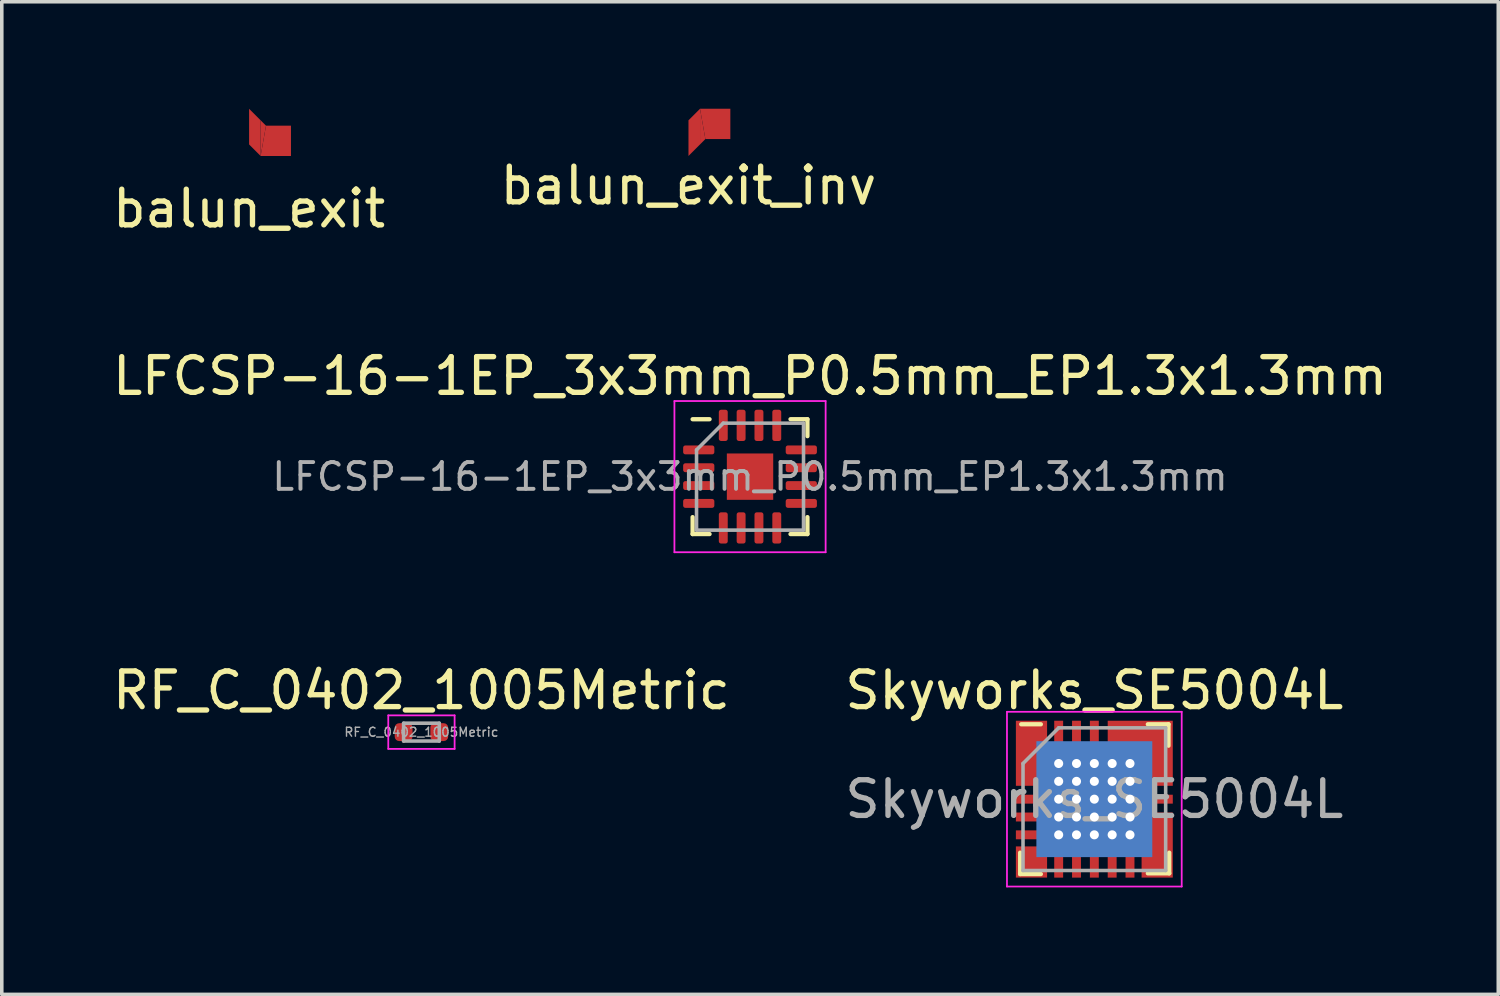
<source format=kicad_pcb>
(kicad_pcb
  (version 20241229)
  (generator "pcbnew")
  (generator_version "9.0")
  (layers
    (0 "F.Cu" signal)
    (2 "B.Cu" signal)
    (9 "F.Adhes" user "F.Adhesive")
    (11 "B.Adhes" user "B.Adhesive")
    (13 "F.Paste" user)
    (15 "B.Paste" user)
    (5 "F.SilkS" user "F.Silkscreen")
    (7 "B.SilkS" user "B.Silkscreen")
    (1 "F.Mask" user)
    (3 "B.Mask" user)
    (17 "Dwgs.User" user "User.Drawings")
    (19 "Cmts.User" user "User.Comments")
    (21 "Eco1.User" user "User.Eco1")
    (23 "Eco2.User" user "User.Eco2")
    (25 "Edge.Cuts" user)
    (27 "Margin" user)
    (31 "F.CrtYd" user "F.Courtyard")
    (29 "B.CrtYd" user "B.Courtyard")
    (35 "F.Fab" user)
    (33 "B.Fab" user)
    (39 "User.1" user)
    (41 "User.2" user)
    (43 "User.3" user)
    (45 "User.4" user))
  (footprint "Skyworks_SE5004L"
    (layer "F.Cu")
    (at 27.637 19.36)
    (property "Reference" "Skyworks_SE5004L" (at 0 -3.05 0) (layer "F.SilkS") (effects (font (size 1 1) (thickness 0.15))))
    (attr smd)
    (fp_poly (pts (xy -1.45 -0.825) (xy -2.25 -0.825) (xy -2.25 -1.175) (xy -1.45 -1.175)) (stroke (width 0) (type solid)) (fill yes) (layer "F.Mask"))
    (fp_poly (pts (xy -1.45 -0.325) (xy -2.25 -0.325) (xy -2.25 -0.675) (xy -1.45 -0.675)) (stroke (width 0) (type solid)) (fill yes) (layer "F.Mask"))
    (fp_poly (pts (xy -1.45 0.175) (xy -2.25 0.175) (xy -2.25 -0.175) (xy -1.45 -0.175)) (stroke (width 0) (type solid)) (fill yes) (layer "F.Mask"))
    (fp_poly (pts (xy -1.45 0.675) (xy -2.25 0.675) (xy -2.25 0.325) (xy -1.45 0.325)) (stroke (width 0) (type solid)) (fill yes) (layer "F.Mask"))
    (fp_poly (pts (xy -1.45 1.175) (xy -2.25 1.175) (xy -2.25 0.825) (xy -1.45 0.825)) (stroke (width 0) (type solid)) (fill yes) (layer "F.Mask"))
    (fp_poly (pts (xy -0.825 -2.25) (xy -0.825 -1.45) (xy -1.175 -1.45) (xy -1.175 -2.25)) (stroke (width 0) (type solid)) (fill yes) (layer "F.Mask"))
    (fp_poly (pts (xy -0.825 1.45) (xy -0.825 2.25) (xy -1.175 2.25) (xy -1.175 1.45)) (stroke (width 0) (type solid)) (fill yes) (layer "F.Mask"))
    (fp_poly (pts (xy -0.325 -2.25) (xy -0.325 -1.45) (xy -0.675 -1.45) (xy -0.675 -2.25)) (stroke (width 0) (type solid)) (fill yes) (layer "F.Mask"))
    (fp_poly (pts (xy -0.325 1.45) (xy -0.325 2.25) (xy -0.675 2.25) (xy -0.675 1.45)) (stroke (width 0) (type solid)) (fill yes) (layer "F.Mask"))
    (fp_poly (pts (xy 0.175 -2.25) (xy 0.175 -1.45) (xy -0.175 -1.45) (xy -0.175 -2.25)) (stroke (width 0) (type solid)) (fill yes) (layer "F.Mask"))
    (fp_poly (pts (xy 0.175 1.45) (xy 0.175 2.25) (xy -0.175 2.25) (xy -0.175 1.45)) (stroke (width 0) (type solid)) (fill yes) (layer "F.Mask"))
    (fp_poly (pts (xy 0.675 -2.25) (xy 0.675 -1.45) (xy 0.325 -1.45) (xy 0.325 -2.25)) (stroke (width 0) (type solid)) (fill yes) (layer "F.Mask"))
    (fp_poly (pts (xy 0.675 1.45) (xy 0.675 2.25) (xy 0.325 2.25) (xy 0.325 1.45)) (stroke (width 0) (type solid)) (fill yes) (layer "F.Mask"))
    (fp_poly (pts (xy 1.175 -2.25) (xy 1.175 -1.45) (xy 0.825 -1.45) (xy 0.825 -2.25)) (stroke (width 0) (type solid)) (fill yes) (layer "F.Mask"))
    (fp_poly (pts (xy 1.175 1.45) (xy 1.175 2.25) (xy 0.825 2.25) (xy 0.825 1.45)) (stroke (width 0) (type solid)) (fill yes) (layer "F.Mask"))
    (fp_poly (pts (xy 1.2 1.2) (xy -1.2 1.2) (xy -1.2 -1.2) (xy 1.2 -1.2)) (stroke (width 0) (type solid)) (fill yes) (layer "F.Mask"))
    (fp_poly (pts (xy 2.25 -0.825) (xy 1.45 -0.825) (xy 1.45 -1.175) (xy 2.25 -1.175)) (stroke (width 0) (type solid)) (fill yes) (layer "F.Mask"))
    (fp_poly (pts (xy 2.25 -0.325) (xy 1.45 -0.325) (xy 1.45 -0.675) (xy 2.25 -0.675)) (stroke (width 0) (type solid)) (fill yes) (layer "F.Mask"))
    (fp_poly (pts (xy 2.25 0.175) (xy 1.45 0.175) (xy 1.45 -0.175) (xy 2.25 -0.175)) (stroke (width 0) (type solid)) (fill yes) (layer "F.Mask"))
    (fp_poly (pts (xy 2.25 0.675) (xy 1.45 0.675) (xy 1.45 0.325) (xy 2.25 0.325)) (stroke (width 0) (type solid)) (fill yes) (layer "F.Mask"))
    (fp_poly (pts (xy 2.25 1.175) (xy 1.45 1.175) (xy 1.45 0.825) (xy 2.25 0.825)) (stroke (width 0) (type solid)) (fill yes) (layer "F.Mask"))
    (fp_poly (pts (xy 1.625 1.625) (xy -1.625 1.625) (xy -1.625 -1.625) (xy 1.625 -1.625)) (stroke (width 0) (type solid)) (fill yes) (layer "B.Cu"))
    (fp_line (start -2.08 1.5) (end -2.08 2.1) (stroke (width 0.12) (type solid)) (layer "F.SilkS"))
    (fp_line (start -2.05 -2.1) (end -1.5 -2.1) (stroke (width 0.12) (type solid)) (layer "F.SilkS"))
    (fp_line (start -1.5 2.1) (end -2.08 2.1) (stroke (width 0.12) (type solid)) (layer "F.SilkS"))
    (fp_line (start 1.5 -2.1) (end 2.08 -2.1) (stroke (width 0.12) (type solid)) (layer "F.SilkS"))
    (fp_line (start 1.5 2.08) (end 2.1 2.08) (stroke (width 0.12) (type solid)) (layer "F.SilkS"))
    (fp_line (start 2.08 -1.5) (end 2.08 -2.1) (stroke (width 0.12) (type solid)) (layer "F.SilkS"))
    (fp_line (start 2.1 1.5) (end 2.1 2.08) (stroke (width 0.12) (type solid)) (layer "F.SilkS"))
    (fp_poly (pts (xy -1.5 -0.875) (xy -2.2 -0.875) (xy -2.2 -1.125) (xy -1.5 -1.125)) (stroke (width 0) (type solid)) (fill yes) (layer "F.Paste"))
    (fp_poly (pts (xy -1.5 -0.375) (xy -2.2 -0.375) (xy -2.2 -0.625) (xy -1.5 -0.625)) (stroke (width 0) (type solid)) (fill yes) (layer "F.Paste"))
    (fp_poly (pts (xy -0.1 -0.1) (xy -1.15 -0.1) (xy -1.15 -1.15) (xy -0.1 -1.15)) (stroke (width 0) (type solid)) (fill yes) (layer "F.Paste"))
    (fp_poly (pts (xy -0.1 1.15) (xy -1.15 1.15) (xy -1.15 0.1) (xy -0.1 0.1)) (stroke (width 0) (type solid)) (fill yes) (layer "F.Paste"))
    (fp_poly (pts (xy 0.375 -1.5) (xy 0.375 -2.2) (xy 0.625 -2.2) (xy 0.625 -1.5)) (stroke (width 0) (type solid)) (fill yes) (layer "F.Paste"))
    (fp_poly (pts (xy 0.875 -1.5) (xy 0.875 -2.2) (xy 1.125 -2.2) (xy 1.125 -1.5)) (stroke (width 0) (type solid)) (fill yes) (layer "F.Paste"))
    (fp_poly (pts (xy 1.15 -0.1) (xy 0.1 -0.1) (xy 0.1 -1.15) (xy 1.15 -1.15)) (stroke (width 0) (type solid)) (fill yes) (layer "F.Paste"))
    (fp_poly (pts (xy 1.15 1.15) (xy 0.1 1.15) (xy 0.1 0.1) (xy 1.15 0.1)) (stroke (width 0) (type solid)) (fill yes) (layer "F.Paste"))
    (fp_poly (pts (xy 2.2 -0.875) (xy 1.5 -0.875) (xy 1.5 -1.125) (xy 2.2 -1.125)) (stroke (width 0) (type solid)) (fill yes) (layer "F.Paste"))
    (fp_poly (pts (xy 2.2 -0.375) (xy 1.5 -0.375) (xy 1.5 -0.625) (xy 2.2 -0.625)) (stroke (width 0) (type solid)) (fill yes) (layer "F.Paste"))
    (fp_poly (pts (xy 2.2 0.625) (xy 1.5 0.625) (xy 1.5 0.375) (xy 2.2 0.375)) (stroke (width 0) (type solid)) (fill yes) (layer "F.Paste"))
    (fp_poly (pts (xy 2.2 1.125) (xy 1.5 1.125) (xy 1.5 0.875) (xy 2.2 0.875)) (stroke (width 0) (type solid)) (fill yes) (layer "F.Paste"))
    (fp_line (start -2.45 -2.45) (end 2.45 -2.45) (stroke (width 0.05) (type solid)) (layer "F.CrtYd"))
    (fp_line (start -2.45 2.45) (end -2.45 -2.45) (stroke (width 0.05) (type solid)) (layer "F.CrtYd"))
    (fp_line (start 2.45 -2.45) (end 2.45 2.45) (stroke (width 0.05) (type solid)) (layer "F.CrtYd"))
    (fp_line (start 2.45 2.45) (end -2.45 2.45) (stroke (width 0.05) (type solid)) (layer "F.CrtYd"))
    (fp_line (start -2 -1) (end -1 -2) (stroke (width 0.1) (type solid)) (layer "F.Fab"))
    (fp_line (start -2 2) (end -2 -1) (stroke (width 0.1) (type solid)) (layer "F.Fab"))
    (fp_line (start -1 -2) (end 2 -2) (stroke (width 0.1) (type solid)) (layer "F.Fab"))
    (fp_line (start 2 -2) (end 2 2) (stroke (width 0.1) (type solid)) (layer "F.Fab"))
    (fp_line (start 2 2) (end -2 2) (stroke (width 0.1) (type solid)) (layer "F.Fab"))
    (fp_text user "${REFERENCE}" (at 0 0 0) (layer "F.Fab") (effects (font (size 1 1) (thickness 0.15))))
    (pad "1" thru_hole circle (at -1 -1 270) (size 0.254 0.254) (drill 0.254) (layers "*.Cu" "F.Mask"))
    (pad "1" thru_hole circle (at -1 -0.5 270) (size 0.254 0.254) (drill 0.254) (layers "*.Cu" "F.Mask"))
    (pad "1" thru_hole circle (at -1 0 270) (size 0.254 0.254) (drill 0.254) (layers "*.Cu" "F.Mask"))
    (pad "1" thru_hole circle (at -1 0.5 270) (size 0.254 0.254) (drill 0.254) (layers "*.Cu" "F.Mask"))
    (pad "1" thru_hole circle (at -1 1 270) (size 0.254 0.254) (drill 0.254) (layers "*.Cu" "F.Mask"))
    (pad "1" thru_hole circle (at -0.5 -1 270) (size 0.254 0.254) (drill 0.254) (layers "*.Cu" "F.Mask"))
    (pad "1" thru_hole circle (at -0.5 -0.5 270) (size 0.254 0.254) (drill 0.254) (layers "*.Cu" "F.Mask"))
    (pad "1" thru_hole circle (at -0.5 0 270) (size 0.254 0.254) (drill 0.254) (layers "*.Cu" "F.Mask"))
    (pad "1" thru_hole circle (at -0.5 0.5 270) (size 0.254 0.254) (drill 0.254) (layers "*.Cu" "F.Mask"))
    (pad "1" thru_hole circle (at -0.5 1 270) (size 0.254 0.254) (drill 0.254) (layers "*.Cu" "F.Mask"))
    (pad "1" thru_hole circle (at 0 -1 270) (size 0.254 0.254) (drill 0.254) (layers "*.Cu" "F.Mask"))
    (pad "1" thru_hole circle (at 0 -0.5 270) (size 0.254 0.254) (drill 0.254) (layers "*.Cu" "F.Mask"))
    (pad "1" smd custom (at 0 0) (size 0.25 0.7) (layers "F.Cu") (options (anchor rect)) (primitives (gr_poly (pts (xy -1.325 -1.3) (xy 0.375 -1.3) (xy 0.375 -2.2) (xy 2.2 -2.2) (xy 2.2 -0.375) (xy 1.3 -0.375) (xy 1.3 0.375) (xy 2.2 0.375) (xy 2.2 2.2) (xy 1.325 2.2) (xy 1.325 1.3) (xy -1.21 1.3) (xy -1.325 1.415) (xy -1.325 2.2) (xy -2.2 2.2) (xy -2.2 1.325) (xy -1.415 1.325) (xy -1.3 1.21) (xy -1.3 0.625) (xy -2.2 0.625) (xy -2.2 0.375) (xy -1.3 0.375) (xy -1.3 -0.375) (xy -2.2 -0.375) (xy -2.2 -2.2) (xy -1.325 -2.2)) (width 0) (fill yes))))
    (pad "1" thru_hole circle (at 0 0 270) (size 0.254 0.254) (drill 0.254) (layers "*.Cu" "F.Mask"))
    (pad "1" thru_hole circle (at 0 0.5 270) (size 0.254 0.254) (drill 0.254) (layers "*.Cu" "F.Mask"))
    (pad "1" thru_hole circle (at 0 1 270) (size 0.254 0.254) (drill 0.254) (layers "*.Cu" "F.Mask"))
    (pad "1" thru_hole circle (at 0.5 -1 270) (size 0.254 0.254) (drill 0.254) (layers "*.Cu" "F.Mask"))
    (pad "1" thru_hole circle (at 0.5 -0.5 270) (size 0.254 0.254) (drill 0.254) (layers "*.Cu" "F.Mask"))
    (pad "1" thru_hole circle (at 0.5 0 270) (size 0.254 0.254) (drill 0.254) (layers "*.Cu" "F.Mask"))
    (pad "1" thru_hole circle (at 0.5 0.5 270) (size 0.254 0.254) (drill 0.254) (layers "*.Cu" "F.Mask"))
    (pad "1" thru_hole circle (at 0.5 1 270) (size 0.254 0.254) (drill 0.254) (layers "*.Cu" "F.Mask"))
    (pad "1" thru_hole circle (at 1 -1 270) (size 0.254 0.254) (drill 0.254) (layers "*.Cu" "F.Mask"))
    (pad "1" thru_hole circle (at 1 -0.5 270) (size 0.254 0.254) (drill 0.254) (layers "*.Cu" "F.Mask"))
    (pad "1" thru_hole circle (at 1 0 270) (size 0.254 0.254) (drill 0.254) (layers "*.Cu" "F.Mask"))
    (pad "1" thru_hole circle (at 1 0.5 270) (size 0.254 0.254) (drill 0.254) (layers "*.Cu" "F.Mask"))
    (pad "1" thru_hole circle (at 1 1 270) (size 0.254 0.254) (drill 0.254) (layers "*.Cu" "F.Mask"))
    (pad "3" smd rect (at -1.85 0 90) (size 0.25 0.7) (layers "F.Cu" "F.Paste"))
    (pad "5" smd rect (at -1.85 1 90) (size 0.25 0.7) (layers "F.Cu" "F.Paste"))
    (pad "6" smd rect (at -1 1.85 180) (size 0.25 0.7) (layers "F.Cu" "F.Paste"))
    (pad "7" smd rect (at -0.5 1.85 180) (size 0.25 0.7) (layers "F.Cu" "F.Paste"))
    (pad "8" smd rect (at 0 1.85 180) (size 0.25 0.7) (layers "F.Cu" "F.Paste"))
    (pad "9" smd rect (at 0.5 1.85 180) (size 0.25 0.7) (layers "F.Cu" "F.Paste"))
    (pad "10" smd rect (at 1 1.85 180) (size 0.25 0.7) (layers "F.Cu" "F.Paste"))
    (pad "13" smd rect (at 1.85 0 90) (size 0.25 0.7) (layers "F.Cu" "F.Paste"))
    (pad "18" smd rect (at 0 -1.85 180) (size 0.25 0.7) (layers "F.Cu" "F.Paste"))
    (pad "19" smd rect (at -0.5 -1.85 180) (size 0.25 0.7) (layers "F.Cu" "F.Paste"))
    (pad "20" smd rect (at -1 -1.85 180) (size 0.25 0.7) (layers "F.Cu" "F.Paste")))
  (footprint "balun_exit"
    (layer "F.Cu")
    (at 3.935 1)
    (property "Reference" "balun_exit" (at 0 1.8 0) (layer "F.SilkS") (effects (font (size 1 1) (thickness 0.15))))
    (attr through_hole)
    (fp_poly (pts (xy 0.324 -0.676) (xy 0.324 0.324) (xy 0.474 -0.526)) (stroke (width 0) (type solid)) (fill yes) (layer "F.Cu"))
    (pad "1" smd custom (at 0.16 -0.37) (size 0.1 0.1) (layers "F.Cu") (options (anchor rect)) (primitives (gr_poly (pts (xy -0.16 0.37) (xy 0.164 0.694) (xy 0.164 -0.306) (xy -0.16 -0.63)) (width 0) (fill yes))))
    (pad "2" smd custom (at 0.824 -0.101) (size 0.1 0.1) (layers "F.Cu") (options (anchor rect)) (primitives (gr_poly (pts (xy -0.35 -0.425) (xy -0.5 0.425) (xy 0.35 0.425) (xy 0.35 -0.425)) (width 0) (fill yes)))))
  (footprint "balun_exit_inv"
    (layer "F.Cu")
    (at 16.256 0.324)
    (property "Reference" "balun_exit_inv" (at 0 1.83 0) (layer "F.SilkS") (effects (font (size 1 1) (thickness 0.15))))
    (attr through_hole)
    (fp_poly (pts (xy 0.324 0.676) (xy 0.324 -0.324) (xy 0.474 0.526)) (stroke (width 0) (type solid)) (fill yes) (layer "F.Cu"))
    (pad "1" smd custom (at 0.16 0.37 180) (size 0.1 0.1) (layers "F.Cu") (options (anchor rect)) (primitives (gr_poly (pts (xy 0.16 0.37) (xy -0.164 0.694) (xy -0.164 -0.306) (xy 0.16 -0.63)) (width 0) (fill yes))))
    (pad "1" smd custom (at 0.824 0.101 180) (size 0.1 0.1) (layers "F.Cu") (options (anchor rect)) (primitives (gr_poly (pts (xy 0.35 -0.425) (xy 0.5 0.425) (xy -0.35 0.425) (xy -0.35 -0.425)) (width 0) (fill yes)))))
  (footprint "LFCSP-16-1EP_3x3mm_P0.5mm_EP1.3x1.3mm"
    (layer "F.Cu")
    (at 17.982 10.316)
    (property "Reference" "LFCSP-16-1EP_3x3mm_P0.5mm_EP1.3x1.3mm" (at 0 -2.82 0) (layer "F.SilkS") (effects (font (size 1 1) (thickness 0.15))))
    (attr smd)
    (fp_line (start -1.61 1.61) (end -1.61 1.135) (stroke (width 0.12) (type solid)) (layer "F.SilkS"))
    (fp_line (start -1.135 -1.61) (end -1.61 -1.61) (stroke (width 0.12) (type solid)) (layer "F.SilkS"))
    (fp_line (start -1.135 1.61) (end -1.61 1.61) (stroke (width 0.12) (type solid)) (layer "F.SilkS"))
    (fp_line (start 1.135 -1.61) (end 1.61 -1.61) (stroke (width 0.12) (type solid)) (layer "F.SilkS"))
    (fp_line (start 1.135 1.61) (end 1.61 1.61) (stroke (width 0.12) (type solid)) (layer "F.SilkS"))
    (fp_line (start 1.61 -1.61) (end 1.61 -1.135) (stroke (width 0.12) (type solid)) (layer "F.SilkS"))
    (fp_line (start 1.61 1.61) (end 1.61 1.135) (stroke (width 0.12) (type solid)) (layer "F.SilkS"))
    (fp_line (start -2.12 -2.12) (end -2.12 2.12) (stroke (width 0.05) (type solid)) (layer "F.CrtYd"))
    (fp_line (start -2.12 2.12) (end 2.12 2.12) (stroke (width 0.05) (type solid)) (layer "F.CrtYd"))
    (fp_line (start 2.12 -2.12) (end -2.12 -2.12) (stroke (width 0.05) (type solid)) (layer "F.CrtYd"))
    (fp_line (start 2.12 2.12) (end 2.12 -2.12) (stroke (width 0.05) (type solid)) (layer "F.CrtYd"))
    (fp_line (start -1.5 -0.75) (end -0.75 -1.5) (stroke (width 0.1) (type solid)) (layer "F.Fab"))
    (fp_line (start -1.5 1.5) (end -1.5 -0.75) (stroke (width 0.1) (type solid)) (layer "F.Fab"))
    (fp_line (start -0.75 -1.5) (end 1.5 -1.5) (stroke (width 0.1) (type solid)) (layer "F.Fab"))
    (fp_line (start 1.5 -1.5) (end 1.5 1.5) (stroke (width 0.1) (type solid)) (layer "F.Fab"))
    (fp_line (start 1.5 1.5) (end -1.5 1.5) (stroke (width 0.1) (type solid)) (layer "F.Fab"))
    (fp_text user "${REFERENCE}" (at 0 0 0) (layer "F.Fab") (effects (font (size 0.75 0.75) (thickness 0.11))))
    (pad "" smd roundrect (at -0.325 -0.325) (size 0.52 0.52) (layers "F.Paste") (roundrect_rratio 0.25))
    (pad "" smd roundrect (at -0.325 0.325) (size 0.52 0.52) (layers "F.Paste") (roundrect_rratio 0.25))
    (pad "" smd roundrect (at 0.325 -0.325) (size 0.52 0.52) (layers "F.Paste") (roundrect_rratio 0.25))
    (pad "" smd roundrect (at 0.325 0.325) (size 0.52 0.52) (layers "F.Paste") (roundrect_rratio 0.25))
    (pad "1" smd roundrect (at -1.438 -0.75) (size 0.875 0.25) (layers "F.Cu" "F.Mask" "F.Paste") (roundrect_rratio 0.25))
    (pad "2" smd roundrect (at -1.438 -0.25) (size 0.875 0.25) (layers "F.Cu" "F.Mask" "F.Paste") (roundrect_rratio 0.25))
    (pad "3" smd roundrect (at -1.438 0.25) (size 0.875 0.25) (layers "F.Cu" "F.Mask" "F.Paste") (roundrect_rratio 0.25))
    (pad "4" smd roundrect (at -1.438 0.75) (size 0.875 0.25) (layers "F.Cu" "F.Mask" "F.Paste") (roundrect_rratio 0.25))
    (pad "5" smd roundrect (at -0.75 1.438) (size 0.25 0.875) (layers "F.Cu" "F.Mask" "F.Paste") (roundrect_rratio 0.25))
    (pad "6" smd roundrect (at -0.25 1.438) (size 0.25 0.875) (layers "F.Cu" "F.Mask" "F.Paste") (roundrect_rratio 0.25))
    (pad "7" smd roundrect (at 0.25 1.438) (size 0.25 0.875) (layers "F.Cu" "F.Mask" "F.Paste") (roundrect_rratio 0.25))
    (pad "8" smd roundrect (at 0.75 1.438) (size 0.25 0.875) (layers "F.Cu" "F.Mask" "F.Paste") (roundrect_rratio 0.25))
    (pad "9" smd roundrect (at 1.438 0.75) (size 0.875 0.25) (layers "F.Cu" "F.Mask" "F.Paste") (roundrect_rratio 0.25))
    (pad "10" smd roundrect (at 1.438 0.25) (size 0.875 0.25) (layers "F.Cu" "F.Mask" "F.Paste") (roundrect_rratio 0.25))
    (pad "11" smd roundrect (at 1.438 -0.25) (size 0.875 0.25) (layers "F.Cu" "F.Mask" "F.Paste") (roundrect_rratio 0.25))
    (pad "12" smd roundrect (at 1.438 -0.75) (size 0.875 0.25) (layers "F.Cu" "F.Mask" "F.Paste") (roundrect_rratio 0.25))
    (pad "13" smd roundrect (at 0.75 -1.438) (size 0.25 0.875) (layers "F.Cu" "F.Mask" "F.Paste") (roundrect_rratio 0.25))
    (pad "14" smd roundrect (at 0.25 -1.438) (size 0.25 0.875) (layers "F.Cu" "F.Mask" "F.Paste") (roundrect_rratio 0.25))
    (pad "15" smd roundrect (at -0.25 -1.438) (size 0.25 0.875) (layers "F.Cu" "F.Mask" "F.Paste") (roundrect_rratio 0.25))
    (pad "16" smd roundrect (at -0.75 -1.438) (size 0.25 0.875) (layers "F.Cu" "F.Mask" "F.Paste") (roundrect_rratio 0.25))
    (pad "17" smd rect (at 0 0) (size 1.3 1.3) (layers "F.Cu" "F.Mask")))
  (footprint "RF_C_0402_1005Metric"
    (layer "F.Cu")
    (at 8.768 17.48)
    (property "Reference" "RF_C_0402_1005Metric" (at 0 -1.17 0) (layer "F.SilkS") (effects (font (size 1 1) (thickness 0.15))))
    (attr smd)
    (fp_line (start -0.93 -0.47) (end 0.93 -0.47) (stroke (width 0.05) (type solid)) (layer "F.CrtYd"))
    (fp_line (start -0.93 0.47) (end -0.93 -0.47) (stroke (width 0.05) (type solid)) (layer "F.CrtYd"))
    (fp_line (start 0.93 -0.47) (end 0.93 0.47) (stroke (width 0.05) (type solid)) (layer "F.CrtYd"))
    (fp_line (start 0.93 0.47) (end -0.93 0.47) (stroke (width 0.05) (type solid)) (layer "F.CrtYd"))
    (fp_line (start -0.5 -0.25) (end 0.5 -0.25) (stroke (width 0.1) (type solid)) (layer "F.Fab"))
    (fp_line (start -0.5 0.25) (end -0.5 -0.25) (stroke (width 0.1) (type solid)) (layer "F.Fab"))
    (fp_line (start 0.5 -0.25) (end 0.5 0.25) (stroke (width 0.1) (type solid)) (layer "F.Fab"))
    (fp_line (start 0.5 0.25) (end -0.5 0.25) (stroke (width 0.1) (type solid)) (layer "F.Fab"))
    (fp_text user "${REFERENCE}" (at 0 0 0) (layer "F.Fab") (effects (font (size 0.25 0.25) (thickness 0.04))))
    (pad "1" smd roundrect (at -0.5 0) (size 0.5 0.5) (layers "F.Cu" "F.Mask" "F.Paste") (roundrect_rratio 0.25))
    (pad "2" smd roundrect (at 0.5 0) (size 0.5 0.5) (layers "F.Cu" "F.Mask" "F.Paste") (roundrect_rratio 0.25)))
  (gr_rect
    (start -3 -3)
    (end 38.964 24.835)
    (stroke (width 0.1) (type default))
    (fill no)
    (layer "Edge.Cuts")))
</source>
